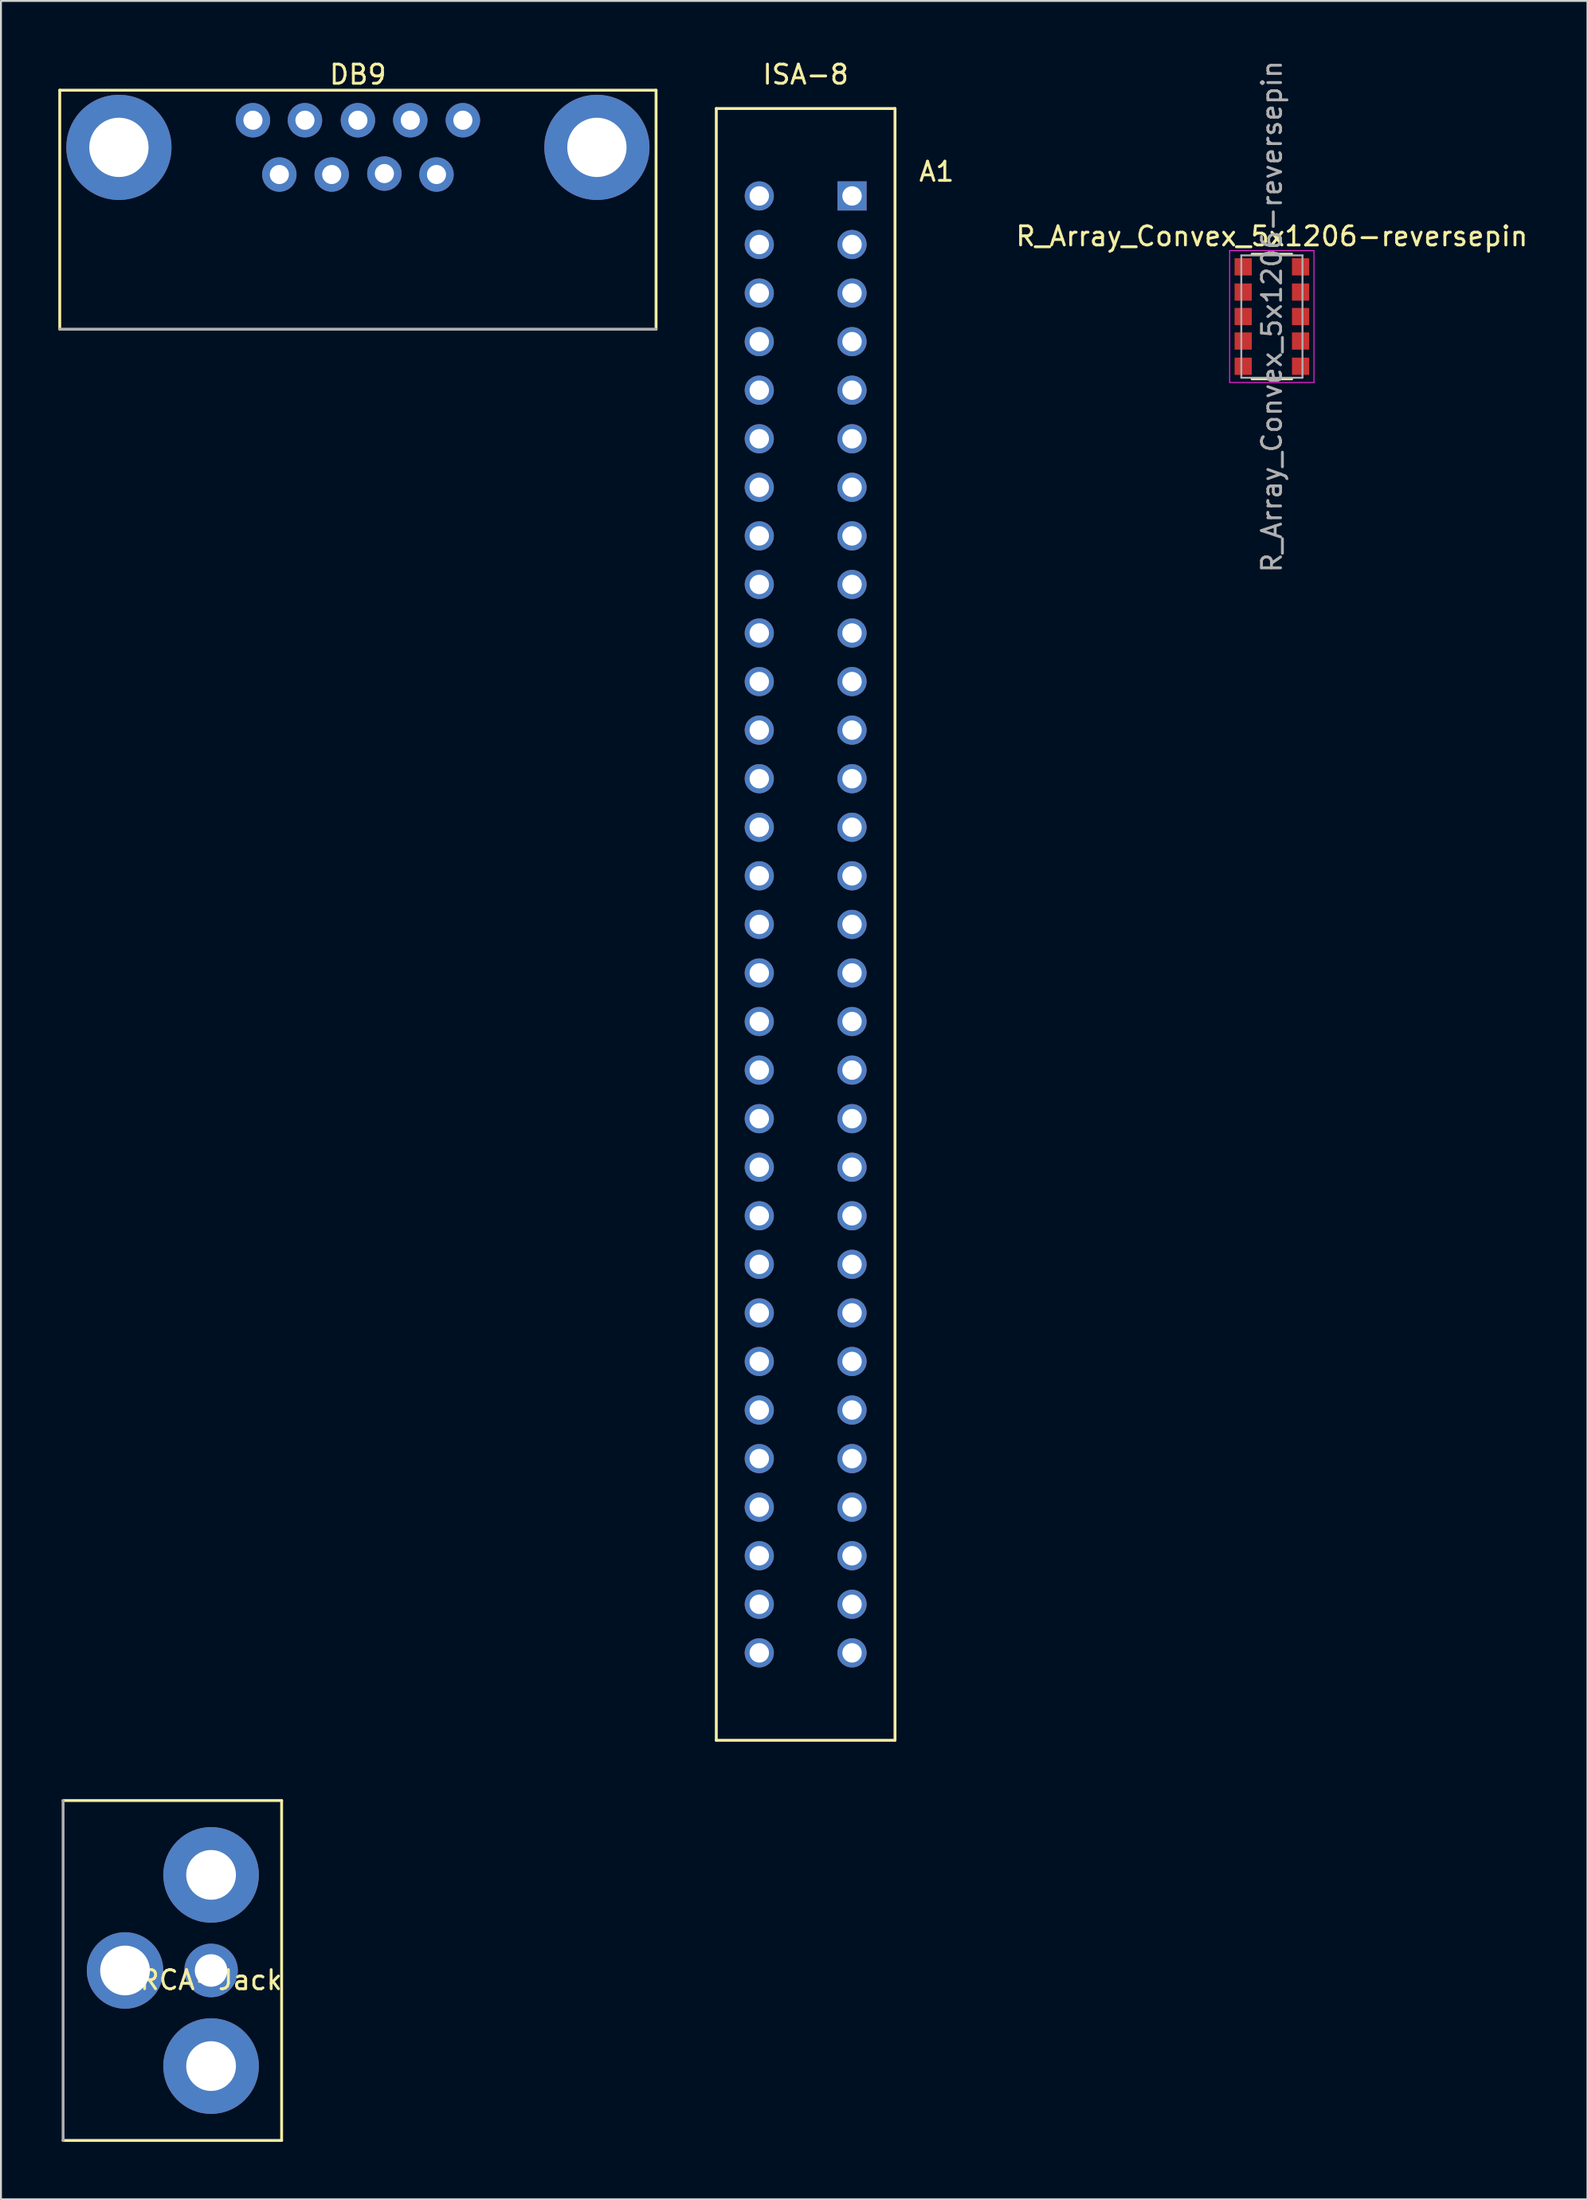
<source format=kicad_pcb>
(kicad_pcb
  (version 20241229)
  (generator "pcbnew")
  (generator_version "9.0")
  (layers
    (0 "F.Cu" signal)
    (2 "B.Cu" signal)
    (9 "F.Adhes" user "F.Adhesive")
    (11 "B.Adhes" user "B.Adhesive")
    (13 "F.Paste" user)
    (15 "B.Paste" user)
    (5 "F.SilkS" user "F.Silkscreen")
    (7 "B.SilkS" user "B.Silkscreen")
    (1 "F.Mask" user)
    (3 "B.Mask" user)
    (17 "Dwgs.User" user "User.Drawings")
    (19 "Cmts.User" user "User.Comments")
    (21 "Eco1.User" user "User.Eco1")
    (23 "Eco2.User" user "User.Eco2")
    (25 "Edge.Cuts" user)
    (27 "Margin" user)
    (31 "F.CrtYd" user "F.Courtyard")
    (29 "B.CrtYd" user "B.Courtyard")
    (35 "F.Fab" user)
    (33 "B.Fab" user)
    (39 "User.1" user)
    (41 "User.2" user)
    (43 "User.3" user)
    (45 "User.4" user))
  (footprint "DB9"
    (layer "F.Cu")
    (at 15.67 14.168)
    (property "Reference" "DB9" (at 0 -13.32 0) (layer "F.SilkS") (effects (font (size 1 1) (thickness 0.15))))
    (attr through_hole)
    (fp_line (start -15.595 -12.5) (end 15.595 -12.5) (stroke (width 0.15) (type solid)) (layer "F.SilkS"))
    (fp_line (start -15.595 0) (end -15.595 -12.5) (stroke (width 0.15) (type solid)) (layer "F.SilkS"))
    (fp_line (start 15.595 -12.5) (end 15.595 0) (stroke (width 0.15) (type solid)) (layer "F.SilkS"))
    (fp_line (start -15.595 0) (end 15.595 0) (stroke (width 0.15) (type solid)) (layer "F.Fab"))
    (pad "1" thru_hole circle (at -5.49 -10.93) (size 1.8 1.8) (drill 1) (layers "*.Cu" "*.Mask"))
    (pad "2" thru_hole circle (at -2.77 -10.93) (size 1.8 1.8) (drill 1) (layers "*.Cu" "*.Mask"))
    (pad "3" thru_hole circle (at 0 -10.93) (size 1.8 1.8) (drill 1) (layers "*.Cu" "*.Mask"))
    (pad "4" thru_hole circle (at 2.74 -10.93) (size 1.8 1.8) (drill 1) (layers "*.Cu" "*.Mask"))
    (pad "5" thru_hole circle (at 5.49 -10.93) (size 1.8 1.8) (drill 1) (layers "*.Cu" "*.Mask"))
    (pad "6" thru_hole circle (at -4.11 -8.09) (size 1.8 1.8) (drill 1) (layers "*.Cu" "*.Mask"))
    (pad "7" thru_hole circle (at -1.37 -8.09) (size 1.8 1.8) (drill 1) (layers "*.Cu" "*.Mask"))
    (pad "8" thru_hole circle (at 1.385 -8.14) (size 1.8 1.8) (drill 1) (layers "*.Cu" "*.Mask"))
    (pad "9" thru_hole circle (at 4.11 -8.09) (size 1.8 1.8) (drill 1) (layers "*.Cu" "*.Mask"))
    (pad "10" thru_hole circle (at -12.5 -9.51) (size 5.5 5.5) (drill 3.1) (layers "*.Cu" "*.Mask"))
    (pad "10" thru_hole circle (at 12.5 -9.51) (size 5.5 5.5) (drill 3.1) (layers "*.Cu" "*.Mask")))
  (footprint "RCA-Jack"
    (layer "F.Cu")
    (at 0.25 100.01)
    (property "Reference" "RCA-Jack" (at 7.74 0.5 0) (layer "F.SilkS") (effects (font (size 1 1) (thickness 0.15))))
    (attr through_hole)
    (fp_line (start 0 -8.89) (end 11.43 -8.89) (stroke (width 0.15) (type solid)) (layer "F.SilkS"))
    (fp_line (start 11.43 -8.89) (end 11.43 8.89) (stroke (width 0.15) (type solid)) (layer "F.SilkS"))
    (fp_line (start 11.43 8.89) (end 0 8.89) (stroke (width 0.15) (type solid)) (layer "F.SilkS"))
    (fp_line (start 0 -8.89) (end 0 8.89) (stroke (width 0.15) (type solid)) (layer "F.Fab"))
    (pad "1" thru_hole circle (at 7.74 0) (size 2.8 2.8) (drill 1.7) (layers "*.Cu" "*.Mask"))
    (pad "2" thru_hole circle (at 3.24 0) (size 4 4) (drill 2.6) (layers "*.Cu" "*.Mask"))
    (pad "2" thru_hole circle (at 7.74 -5) (size 5 5) (drill 2.6) (layers "*.Cu" "*.Mask"))
    (pad "2" thru_hole circle (at 7.74 5) (size 5 5) (drill 2.6) (layers "*.Cu" "*.Mask")))
  (footprint "ISA-8"
    (layer "F.Cu")
    (at 36.663 7.198)
    (property "Reference" "ISA-8" (at 2.426 -6.35 0) (layer "F.SilkS") (effects (font (size 1 1) (thickness 0.15))))
    (attr through_hole)
    (fp_line (start -2.248 -4.572) (end -2.248 80.772) (stroke (width 0.15) (type solid)) (layer "F.SilkS"))
    (fp_line (start -2.248 80.772) (end 7.099 80.772) (stroke (width 0.15) (type solid)) (layer "F.SilkS"))
    (fp_line (start 7.099 -4.572) (end -2.248 -4.572) (stroke (width 0.15) (type solid)) (layer "F.SilkS"))
    (fp_line (start 7.099 -4.572) (end 7.099 80.772) (stroke (width 0.15) (type solid)) (layer "F.SilkS"))
    (fp_text user "A1" (at 9.276 -1.27 0) (layer "F.SilkS") (effects (font (size 1 1) (thickness 0.15))))
    (pad "A1" thru_hole rect (at 4.851 0) (size 1.524 1.524) (drill 1.016) (layers "*.Cu" "*.Mask"))
    (pad "A2" thru_hole circle (at 4.851 2.54) (size 1.524 1.524) (drill 1.016) (layers "*.Cu" "*.Mask"))
    (pad "A3" thru_hole circle (at 4.851 5.08) (size 1.524 1.524) (drill 1.016) (layers "*.Cu" "*.Mask"))
    (pad "A4" thru_hole circle (at 4.851 7.62) (size 1.524 1.524) (drill 1.016) (layers "*.Cu" "*.Mask"))
    (pad "A5" thru_hole circle (at 4.851 10.16) (size 1.524 1.524) (drill 1.016) (layers "*.Cu" "*.Mask"))
    (pad "A6" thru_hole circle (at 4.851 12.7) (size 1.524 1.524) (drill 1.016) (layers "*.Cu" "*.Mask"))
    (pad "A7" thru_hole circle (at 4.851 15.24) (size 1.524 1.524) (drill 1.016) (layers "*.Cu" "*.Mask"))
    (pad "A8" thru_hole circle (at 4.851 17.78) (size 1.524 1.524) (drill 1.016) (layers "*.Cu" "*.Mask"))
    (pad "A9" thru_hole circle (at 4.851 20.32) (size 1.524 1.524) (drill 1.016) (layers "*.Cu" "*.Mask"))
    (pad "A10" thru_hole circle (at 4.851 22.86) (size 1.524 1.524) (drill 1.016) (layers "*.Cu" "*.Mask"))
    (pad "A11" thru_hole circle (at 4.851 25.4) (size 1.524 1.524) (drill 1.016) (layers "*.Cu" "*.Mask"))
    (pad "A12" thru_hole circle (at 4.851 27.94) (size 1.524 1.524) (drill 1.016) (layers "*.Cu" "*.Mask"))
    (pad "A13" thru_hole circle (at 4.851 30.48) (size 1.524 1.524) (drill 1.016) (layers "*.Cu" "*.Mask"))
    (pad "A14" thru_hole circle (at 4.851 33.02) (size 1.524 1.524) (drill 1.016) (layers "*.Cu" "*.Mask"))
    (pad "A15" thru_hole circle (at 4.851 35.56) (size 1.524 1.524) (drill 1.016) (layers "*.Cu" "*.Mask"))
    (pad "A16" thru_hole circle (at 4.851 38.1) (size 1.524 1.524) (drill 1.016) (layers "*.Cu" "*.Mask"))
    (pad "A17" thru_hole circle (at 4.851 40.64) (size 1.524 1.524) (drill 1.016) (layers "*.Cu" "*.Mask"))
    (pad "A18" thru_hole circle (at 4.851 43.18) (size 1.524 1.524) (drill 1.016) (layers "*.Cu" "*.Mask"))
    (pad "A19" thru_hole circle (at 4.851 45.72) (size 1.524 1.524) (drill 1.016) (layers "*.Cu" "*.Mask"))
    (pad "A20" thru_hole circle (at 4.851 48.26) (size 1.524 1.524) (drill 1.016) (layers "*.Cu" "*.Mask"))
    (pad "A21" thru_hole circle (at 4.851 50.8) (size 1.524 1.524) (drill 1.016) (layers "*.Cu" "*.Mask"))
    (pad "A22" thru_hole circle (at 4.851 53.34) (size 1.524 1.524) (drill 1.016) (layers "*.Cu" "*.Mask"))
    (pad "A23" thru_hole circle (at 4.851 55.88) (size 1.524 1.524) (drill 1.016) (layers "*.Cu" "*.Mask"))
    (pad "A24" thru_hole circle (at 4.851 58.42) (size 1.524 1.524) (drill 1.016) (layers "*.Cu" "*.Mask"))
    (pad "A25" thru_hole circle (at 4.851 60.96) (size 1.524 1.524) (drill 1.016) (layers "*.Cu" "*.Mask"))
    (pad "A26" thru_hole circle (at 4.851 63.5) (size 1.524 1.524) (drill 1.016) (layers "*.Cu" "*.Mask"))
    (pad "A27" thru_hole circle (at 4.851 66.04) (size 1.524 1.524) (drill 1.016) (layers "*.Cu" "*.Mask"))
    (pad "A28" thru_hole circle (at 4.851 68.58) (size 1.524 1.524) (drill 1.016) (layers "*.Cu" "*.Mask"))
    (pad "A29" thru_hole circle (at 4.851 71.12) (size 1.524 1.524) (drill 1.016) (layers "*.Cu" "*.Mask"))
    (pad "A30" thru_hole circle (at 4.851 73.66) (size 1.524 1.524) (drill 1.016) (layers "*.Cu" "*.Mask"))
    (pad "A31" thru_hole circle (at 4.851 76.2) (size 1.524 1.524) (drill 1.016) (layers "*.Cu" "*.Mask"))
    (pad "B1" thru_hole circle (at 0 0) (size 1.524 1.524) (drill 1.016) (layers "*.Cu" "*.Mask"))
    (pad "B2" thru_hole circle (at 0 2.54) (size 1.524 1.524) (drill 1.016) (layers "*.Cu" "*.Mask"))
    (pad "B3" thru_hole circle (at 0 5.08) (size 1.524 1.524) (drill 1.016) (layers "*.Cu" "*.Mask"))
    (pad "B4" thru_hole circle (at 0 7.62) (size 1.524 1.524) (drill 1.016) (layers "*.Cu" "*.Mask"))
    (pad "B5" thru_hole circle (at 0 10.16) (size 1.524 1.524) (drill 1.016) (layers "*.Cu" "*.Mask"))
    (pad "B6" thru_hole circle (at 0 12.7) (size 1.524 1.524) (drill 1.016) (layers "*.Cu" "*.Mask"))
    (pad "B7" thru_hole circle (at 0 15.24) (size 1.524 1.524) (drill 1.016) (layers "*.Cu" "*.Mask"))
    (pad "B8" thru_hole circle (at 0 17.78) (size 1.524 1.524) (drill 1.016) (layers "*.Cu" "*.Mask"))
    (pad "B9" thru_hole circle (at 0 20.32) (size 1.524 1.524) (drill 1.016) (layers "*.Cu" "*.Mask"))
    (pad "B10" thru_hole circle (at 0 22.86) (size 1.524 1.524) (drill 1.016) (layers "*.Cu" "*.Mask"))
    (pad "B11" thru_hole circle (at 0 25.4) (size 1.524 1.524) (drill 1.016) (layers "*.Cu" "*.Mask"))
    (pad "B12" thru_hole circle (at 0 27.94) (size 1.524 1.524) (drill 1.016) (layers "*.Cu" "*.Mask"))
    (pad "B13" thru_hole circle (at 0 30.48) (size 1.524 1.524) (drill 1.016) (layers "*.Cu" "*.Mask"))
    (pad "B14" thru_hole circle (at 0 33.02) (size 1.524 1.524) (drill 1.016) (layers "*.Cu" "*.Mask"))
    (pad "B15" thru_hole circle (at 0 35.56) (size 1.524 1.524) (drill 1.016) (layers "*.Cu" "*.Mask"))
    (pad "B16" thru_hole circle (at 0 38.1) (size 1.524 1.524) (drill 1.016) (layers "*.Cu" "*.Mask"))
    (pad "B17" thru_hole circle (at 0 40.64) (size 1.524 1.524) (drill 1.016) (layers "*.Cu" "*.Mask"))
    (pad "B18" thru_hole circle (at 0 43.18) (size 1.524 1.524) (drill 1.016) (layers "*.Cu" "*.Mask"))
    (pad "B19" thru_hole circle (at 0 45.72) (size 1.524 1.524) (drill 1.016) (layers "*.Cu" "*.Mask"))
    (pad "B20" thru_hole circle (at 0 48.26) (size 1.524 1.524) (drill 1.016) (layers "*.Cu" "*.Mask"))
    (pad "B21" thru_hole circle (at 0 50.8) (size 1.524 1.524) (drill 1.016) (layers "*.Cu" "*.Mask"))
    (pad "B22" thru_hole circle (at 0 53.34) (size 1.524 1.524) (drill 1.016) (layers "*.Cu" "*.Mask"))
    (pad "B23" thru_hole circle (at 0 55.88) (size 1.524 1.524) (drill 1.016) (layers "*.Cu" "*.Mask"))
    (pad "B24" thru_hole circle (at 0 58.42) (size 1.524 1.524) (drill 1.016) (layers "*.Cu" "*.Mask"))
    (pad "B25" thru_hole circle (at 0 60.96) (size 1.524 1.524) (drill 1.016) (layers "*.Cu" "*.Mask"))
    (pad "B26" thru_hole circle (at 0 63.5) (size 1.524 1.524) (drill 1.016) (layers "*.Cu" "*.Mask"))
    (pad "B27" thru_hole circle (at 0 66.04) (size 1.524 1.524) (drill 1.016) (layers "*.Cu" "*.Mask"))
    (pad "B28" thru_hole circle (at 0 68.58) (size 1.524 1.524) (drill 1.016) (layers "*.Cu" "*.Mask"))
    (pad "B29" thru_hole circle (at 0 71.12) (size 1.524 1.524) (drill 1.016) (layers "*.Cu" "*.Mask"))
    (pad "B30" thru_hole circle (at 0 73.66) (size 1.524 1.524) (drill 1.016) (layers "*.Cu" "*.Mask"))
    (pad "B31" thru_hole circle (at 0 76.2) (size 1.524 1.524) (drill 1.016) (layers "*.Cu" "*.Mask")))
  (footprint "R_Array_Convex_5x1206-reversepin"
    (layer "F.Cu")
    (at 63.474 13.506)
    (property "Reference" "R_Array_Convex_5x1206-reversepin" (at 0 -4.2 0) (layer "F.SilkS") (effects (font (size 1 1) (thickness 0.15))))
    (attr smd)
    (fp_line (start 1.05 -3.27) (end -1.05 -3.27) (stroke (width 0.12) (type solid)) (layer "F.SilkS"))
    (fp_line (start 1.05 3.27) (end -1.05 3.27) (stroke (width 0.12) (type solid)) (layer "F.SilkS"))
    (fp_line (start -2.21 -3.45) (end -2.21 3.45) (stroke (width 0.05) (type solid)) (layer "F.CrtYd"))
    (fp_line (start -2.21 -3.45) (end 2.2 -3.45) (stroke (width 0.05) (type solid)) (layer "F.CrtYd"))
    (fp_line (start 2.2 3.45) (end -2.21 3.45) (stroke (width 0.05) (type solid)) (layer "F.CrtYd"))
    (fp_line (start 2.2 3.45) (end 2.2 -3.45) (stroke (width 0.05) (type solid)) (layer "F.CrtYd"))
    (fp_line (start -1.6 -3.2) (end 1.6 -3.2) (stroke (width 0.1) (type solid)) (layer "F.Fab"))
    (fp_line (start -1.6 3.2) (end -1.6 -3.2) (stroke (width 0.1) (type solid)) (layer "F.Fab"))
    (fp_line (start 1.6 -3.2) (end 1.6 3.2) (stroke (width 0.1) (type solid)) (layer "F.Fab"))
    (fp_line (start 1.6 3.2) (end -1.6 3.2) (stroke (width 0.1) (type solid)) (layer "F.Fab"))
    (fp_text user "${REFERENCE}" (at 0 0 90) (layer "F.Fab") (effects (font (size 1 1) (thickness 0.15))))
    (pad "1" smd rect (at -1.5 2.6) (size 0.9 0.9) (layers "F.Cu" "F.Mask" "F.Paste"))
    (pad "2" smd rect (at -1.5 1.28) (size 0.9 0.9) (layers "F.Cu" "F.Mask" "F.Paste"))
    (pad "3" smd rect (at -1.5 0) (size 0.9 0.9) (layers "F.Cu" "F.Mask" "F.Paste"))
    (pad "4" smd rect (at -1.5 -1.28) (size 0.9 0.9) (layers "F.Cu" "F.Mask" "F.Paste"))
    (pad "5" smd rect (at -1.5 -2.6) (size 0.9 0.9) (layers "F.Cu" "F.Mask" "F.Paste"))
    (pad "6" smd rect (at 1.5 2.6) (size 0.9 0.9) (layers "F.Cu" "F.Mask" "F.Paste"))
    (pad "7" smd rect (at 1.5 1.28) (size 0.9 0.9) (layers "F.Cu" "F.Mask" "F.Paste"))
    (pad "8" smd rect (at 1.5 0) (size 0.9 0.9) (layers "F.Cu" "F.Mask" "F.Paste"))
    (pad "9" smd rect (at 1.5 -1.28) (size 0.9 0.9) (layers "F.Cu" "F.Mask" "F.Paste"))
    (pad "10" smd rect (at 1.5 -2.6) (size 0.9 0.9) (layers "F.Cu" "F.Mask" "F.Paste")))
  (gr_rect
    (start -3 -3)
    (end 79.98 111.975)
    (stroke (width 0.1) (type default))
    (fill no)
    (layer "Edge.Cuts")))
</source>
